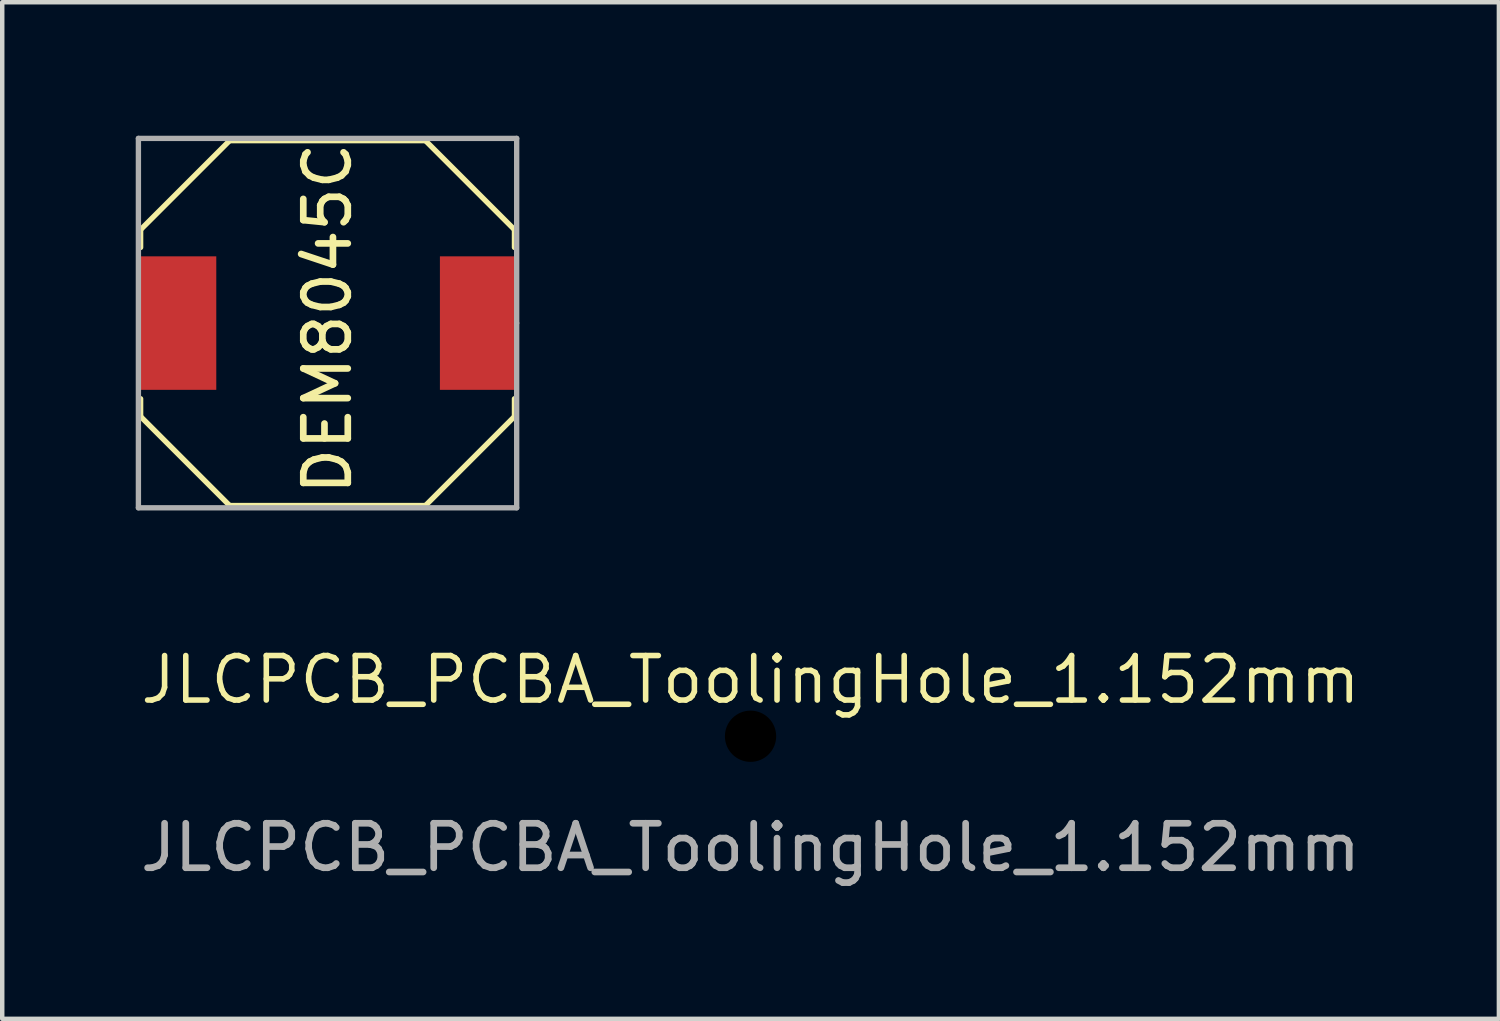
<source format=kicad_pcb>
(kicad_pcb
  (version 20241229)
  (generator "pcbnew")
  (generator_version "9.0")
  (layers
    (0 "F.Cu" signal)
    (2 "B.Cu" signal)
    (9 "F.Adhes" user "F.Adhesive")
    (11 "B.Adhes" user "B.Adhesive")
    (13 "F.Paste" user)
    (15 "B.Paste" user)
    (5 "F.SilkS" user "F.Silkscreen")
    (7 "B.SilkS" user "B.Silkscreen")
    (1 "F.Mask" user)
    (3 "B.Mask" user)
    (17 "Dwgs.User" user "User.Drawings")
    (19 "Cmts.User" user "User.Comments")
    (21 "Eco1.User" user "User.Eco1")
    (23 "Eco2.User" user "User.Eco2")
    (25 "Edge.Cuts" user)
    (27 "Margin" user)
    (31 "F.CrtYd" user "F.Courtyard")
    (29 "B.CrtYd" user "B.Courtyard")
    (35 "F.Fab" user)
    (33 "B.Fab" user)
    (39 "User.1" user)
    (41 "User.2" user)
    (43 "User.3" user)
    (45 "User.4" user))
  (footprint "JLCPCB_PCBA_ToolingHole_1.152mm"
    (layer "F.Cu")
    (at 13.815 13.494)
    (property "Reference" "JLCPCB_PCBA_ToolingHole_1.152mm" (at 0 -1.27 0) (unlocked yes) (layer "F.SilkS") (effects (font (size 1 1) (thickness 0.125))))
    (attr through_hole)
    (fp_text user "${REFERENCE}" (at 0 2.5 0) (unlocked yes) (layer "F.Fab") (effects (font (size 1 1) (thickness 0.15))))
    (pad "" np_thru_hole circle (at 0 0) (size 1.3 1.3) (drill 1.152) (layers "*.Mask")))
  (footprint "DEM8045C"
    (layer "F.Cu")
    (at 4.31 4.21)
    (property "Reference" "DEM8045C" (at 0 -0.1 270) (layer "F.SilkS") (effects (font (size 1 1) (thickness 0.15))))
    (attr through_hole)
    (fp_line (start -4.2 -2.1) (end -2.2 -4.1) (stroke (width 0.12) (type solid)) (layer "F.SilkS"))
    (fp_line (start -4.2 -1.7) (end -4.2 -2.1) (stroke (width 0.12) (type solid)) (layer "F.SilkS"))
    (fp_line (start -4.2 1.7) (end -4.2 2.1) (stroke (width 0.12) (type solid)) (layer "F.SilkS"))
    (fp_line (start -4.2 2.1) (end -2.2 4.1) (stroke (width 0.12) (type solid)) (layer "F.SilkS"))
    (fp_line (start 2.2 -4.1) (end -2.2 -4.1) (stroke (width 0.12) (type solid)) (layer "F.SilkS"))
    (fp_line (start 2.2 4.1) (end -2.2 4.1) (stroke (width 0.12) (type solid)) (layer "F.SilkS"))
    (fp_line (start 4.2 -2.1) (end 2.2 -4.1) (stroke (width 0.12) (type solid)) (layer "F.SilkS"))
    (fp_line (start 4.2 -1.7) (end 4.2 -2.1) (stroke (width 0.12) (type solid)) (layer "F.SilkS"))
    (fp_line (start 4.2 1.7) (end 4.2 2.1) (stroke (width 0.12) (type solid)) (layer "F.SilkS"))
    (fp_line (start 4.2 2.1) (end 2.2 4.1) (stroke (width 0.12) (type solid)) (layer "F.SilkS"))
    (fp_line (start -4.25 -4.15) (end -4.25 4.15) (stroke (width 0.12) (type solid)) (layer "F.Fab"))
    (fp_line (start -4.25 4.15) (end 4.25 4.15) (stroke (width 0.12) (type solid)) (layer "F.Fab"))
    (fp_line (start 4.25 -4.15) (end -4.25 -4.15) (stroke (width 0.12) (type solid)) (layer "F.Fab"))
    (fp_line (start 4.25 0) (end 4.25 -4.15) (stroke (width 0.12) (type solid)) (layer "F.Fab"))
    (fp_line (start 4.25 4.15) (end 4.25 0) (stroke (width 0.12) (type solid)) (layer "F.Fab"))
    (pad "1" smd rect (at -3.375 0) (size 1.75 3) (layers "F.Cu" "F.Mask" "F.Paste"))
    (pad "2" smd rect (at 3.4 0) (size 1.75 3) (layers "F.Cu" "F.Mask" "F.Paste")))
  (gr_rect
    (start -3 -3)
    (end 30.631 19.843)
    (stroke (width 0.1) (type default))
    (fill no)
    (layer "Edge.Cuts")))
</source>
